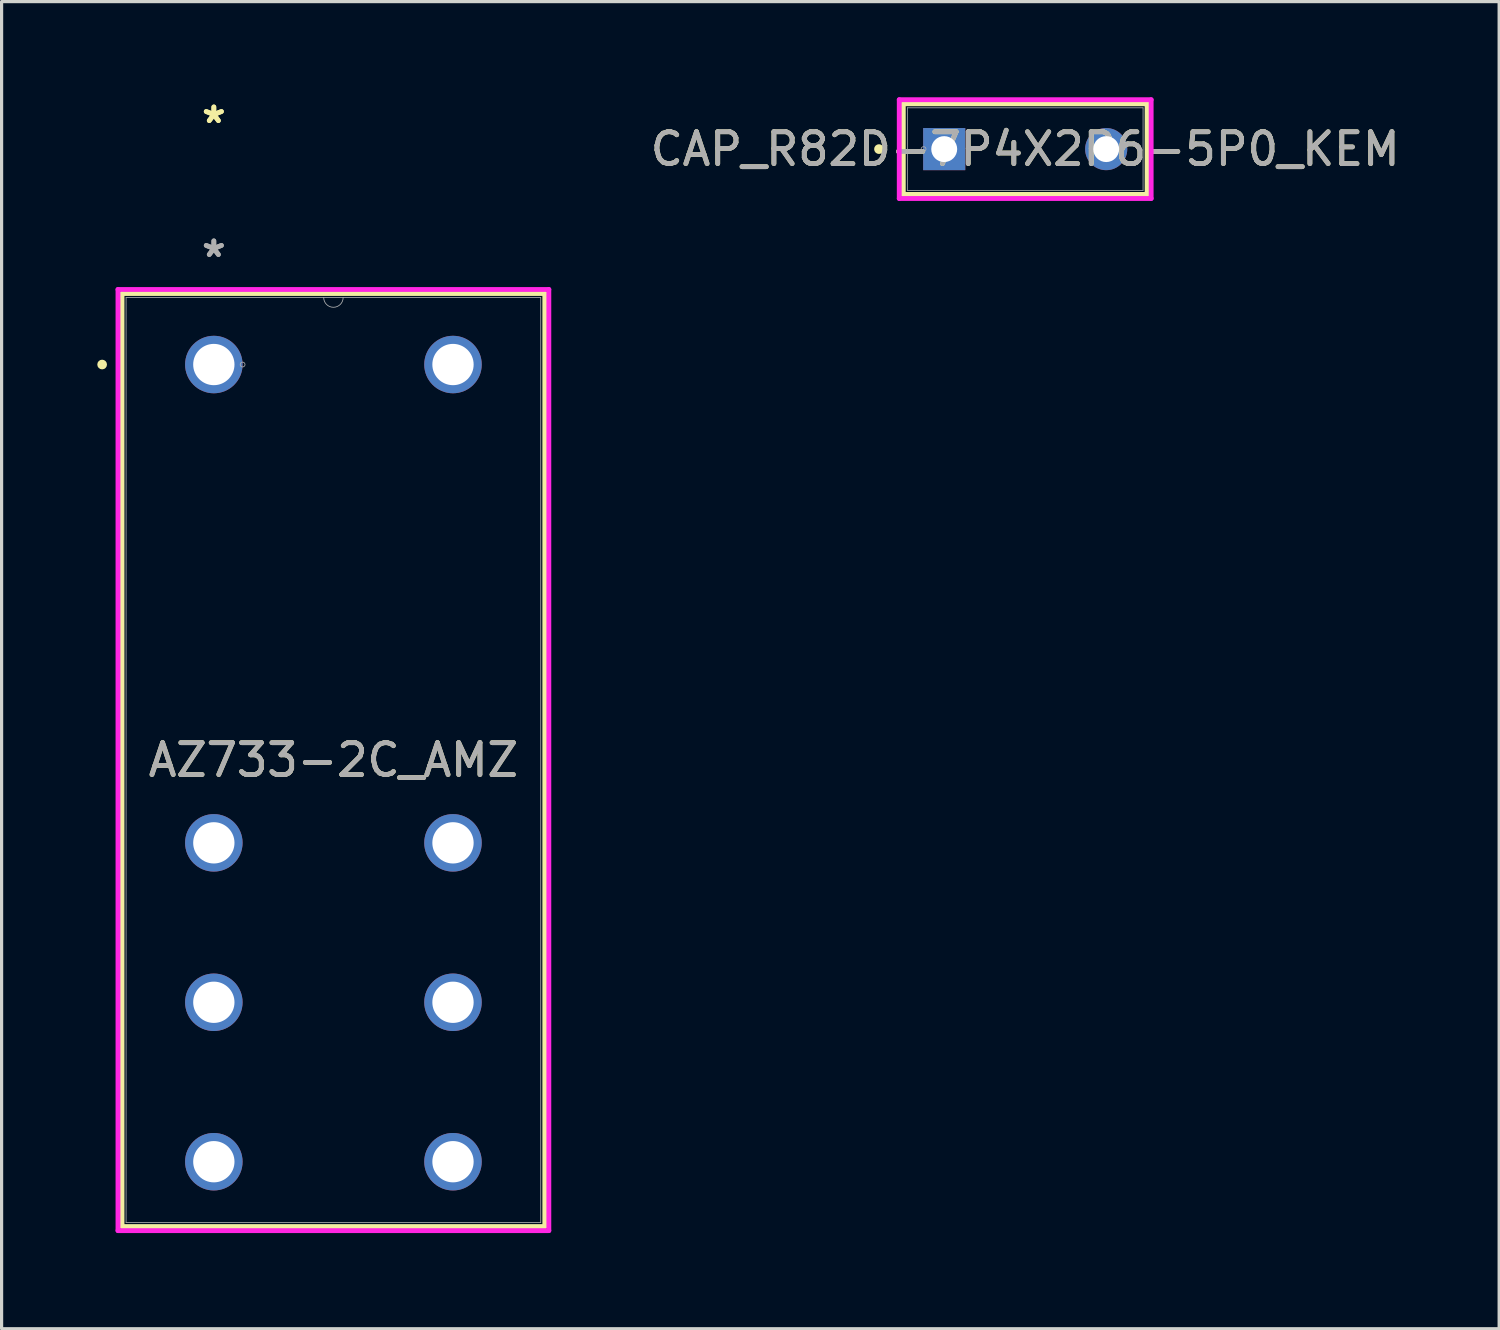
<source format=kicad_pcb>
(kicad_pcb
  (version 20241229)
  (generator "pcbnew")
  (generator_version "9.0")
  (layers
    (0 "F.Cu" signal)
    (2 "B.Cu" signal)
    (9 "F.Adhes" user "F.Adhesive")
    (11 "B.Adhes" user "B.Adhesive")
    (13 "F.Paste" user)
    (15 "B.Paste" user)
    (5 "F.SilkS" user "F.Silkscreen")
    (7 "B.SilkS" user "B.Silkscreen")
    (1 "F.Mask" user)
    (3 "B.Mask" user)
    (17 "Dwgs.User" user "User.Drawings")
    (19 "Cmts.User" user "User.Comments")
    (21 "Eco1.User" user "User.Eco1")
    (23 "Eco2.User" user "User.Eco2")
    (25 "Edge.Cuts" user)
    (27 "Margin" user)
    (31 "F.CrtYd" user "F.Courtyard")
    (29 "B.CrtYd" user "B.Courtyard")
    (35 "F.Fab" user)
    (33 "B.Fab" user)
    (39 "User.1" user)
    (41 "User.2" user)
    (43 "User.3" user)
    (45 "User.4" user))
  (footprint "CAP_R82D-7P4X2P6-5P0_KEM"
    (layer "F.Cu")
    (at 26.561 1.626)
    (property "Reference" "CAP_R82D-7P4X2P6-5P0_KEM" (at 2.54 0 0) (unlocked yes) (layer "F.SilkS") (effects (font (size 1 1) (thickness 0.15))))
    (attr through_hole)
    (fp_line (start -1.283 -1.422) (end -1.283 1.422) (stroke (width 0.152) (type solid)) (layer "F.SilkS"))
    (fp_line (start 6.363 -1.422) (end -1.283 -1.422) (stroke (width 0.152) (type solid)) (layer "F.SilkS"))
    (fp_line (start 6.363 -1.422) (end 6.363 1.422) (stroke (width 0.152) (type solid)) (layer "F.SilkS"))
    (fp_line (start 6.363 1.422) (end -1.283 1.422) (stroke (width 0.152) (type solid)) (layer "F.SilkS"))
    (fp_circle (center -2.045 0) (end -1.968 0) (stroke (width 0.152) (type solid)) (fill no) (layer "F.SilkS"))
    (fp_line (start -1.41 -1.549) (end 6.49 -1.549) (stroke (width 0.152) (type solid)) (layer "F.CrtYd"))
    (fp_line (start -1.41 1.549) (end -1.41 -1.549) (stroke (width 0.152) (type solid)) (layer "F.CrtYd"))
    (fp_line (start 6.49 -1.549) (end 6.49 1.549) (stroke (width 0.152) (type solid)) (layer "F.CrtYd"))
    (fp_line (start 6.49 1.549) (end -1.41 1.549) (stroke (width 0.152) (type solid)) (layer "F.CrtYd"))
    (fp_line (start -1.156 -1.295) (end -1.156 1.295) (stroke (width 0.025) (type solid)) (layer "F.Fab"))
    (fp_line (start 6.236 -1.295) (end -1.156 -1.295) (stroke (width 0.025) (type solid)) (layer "F.Fab"))
    (fp_line (start 6.236 -1.295) (end 6.236 1.295) (stroke (width 0.025) (type solid)) (layer "F.Fab"))
    (fp_line (start 6.236 1.295) (end -1.156 1.295) (stroke (width 0.025) (type solid)) (layer "F.Fab"))
    (fp_circle (center -0.648 0) (end -0.572 0) (stroke (width 0.025) (type solid)) (fill no) (layer "F.Fab"))
    (fp_text user "${REFERENCE}" (at 2.54 0 0) (unlocked yes) (layer "F.Fab") (effects (font (size 1 1) (thickness 0.15))))
    (pad "1" thru_hole rect (at 0 0) (size 1.321 1.321) (drill 0.813) (layers "*.Cu" "*.Mask"))
    (pad "2" thru_hole circle (at 5.08 0) (size 1.321 1.321) (drill 0.813) (layers "*.Cu" "*.Mask")))
  (footprint "AZ733-2C_AMZ"
    (layer "F.Cu")
    (at 3.656 8.382)
    (property "Reference" "AZ733-2C_AMZ" (at 3.75 12.403 0) (unlocked yes) (layer "F.SilkS") (effects (font (size 1 1) (thickness 0.15))))
    (attr through_hole)
    (fp_line (start -2.879 -2.227) (end -2.879 27.034) (stroke (width 0.152) (type solid)) (layer "F.SilkS"))
    (fp_line (start -2.879 27.034) (end 10.379 27.034) (stroke (width 0.152) (type solid)) (layer "F.SilkS"))
    (fp_line (start 10.379 -2.227) (end -2.879 -2.227) (stroke (width 0.152) (type solid)) (layer "F.SilkS"))
    (fp_line (start 10.379 27.034) (end 10.379 -2.227) (stroke (width 0.152) (type solid)) (layer "F.SilkS"))
    (fp_circle (center -3.503 0) (end -3.427 0) (stroke (width 0.152) (type solid)) (fill no) (layer "F.SilkS"))
    (fp_line (start -3.006 -2.354) (end 10.506 -2.354) (stroke (width 0.152) (type solid)) (layer "F.CrtYd"))
    (fp_line (start -3.006 27.161) (end -3.006 -2.354) (stroke (width 0.152) (type solid)) (layer "F.CrtYd"))
    (fp_line (start 10.506 -2.354) (end 10.506 27.161) (stroke (width 0.152) (type solid)) (layer "F.CrtYd"))
    (fp_line (start 10.506 27.161) (end -3.006 27.161) (stroke (width 0.152) (type solid)) (layer "F.CrtYd"))
    (fp_line (start -2.752 -2.1) (end -2.752 26.907) (stroke (width 0.025) (type solid)) (layer "F.Fab"))
    (fp_line (start -2.752 26.907) (end 10.252 26.907) (stroke (width 0.025) (type solid)) (layer "F.Fab"))
    (fp_line (start 10.252 -2.1) (end -2.752 -2.1) (stroke (width 0.025) (type solid)) (layer "F.Fab"))
    (fp_line (start 10.252 26.907) (end 10.252 -2.1) (stroke (width 0.025) (type solid)) (layer "F.Fab"))
    (fp_arc (start 4.0548 -2.1) (mid 3.75 -1.7952) (end 3.4452 -2.1) (stroke (width 0.0254) (type solid)) (layer "F.Fab"))
    (fp_circle (center 0.902 0) (end 0.978 0) (stroke (width 0.025) (type solid)) (fill no) (layer "F.Fab"))
    (fp_text user "*" (at 0 -7.533 0) (layer "F.SilkS") (effects (font (size 1 1) (thickness 0.15))))
    (fp_text user "*" (at 0 -7.533 0) (unlocked yes) (layer "F.SilkS") (effects (font (size 1 1) (thickness 0.15))))
    (fp_text user "${REFERENCE}" (at 3.75 12.403 0) (unlocked yes) (layer "F.Fab") (effects (font (size 1 1) (thickness 0.15))))
    (fp_text user "*" (at 0 -3.333 0) (layer "F.Fab") (effects (font (size 1 1) (thickness 0.15))))
    (fp_text user "*" (at 0 -3.333 0) (unlocked yes) (layer "F.Fab") (effects (font (size 1 1) (thickness 0.15))))
    (pad "1" thru_hole circle (at 0 0) (size 1.803 1.803) (drill 1.295) (layers "*.Cu" "*.Mask"))
    (pad "2" thru_hole circle (at 0 15) (size 1.803 1.803) (drill 1.295) (layers "*.Cu" "*.Mask"))
    (pad "3" thru_hole circle (at 0 20) (size 1.803 1.803) (drill 1.295) (layers "*.Cu" "*.Mask"))
    (pad "4" thru_hole circle (at 0 25) (size 1.803 1.803) (drill 1.295) (layers "*.Cu" "*.Mask"))
    (pad "5" thru_hole circle (at 7.5 25) (size 1.803 1.803) (drill 1.295) (layers "*.Cu" "*.Mask"))
    (pad "6" thru_hole circle (at 7.5 20) (size 1.803 1.803) (drill 1.295) (layers "*.Cu" "*.Mask"))
    (pad "7" thru_hole circle (at 7.5 15) (size 1.803 1.803) (drill 1.295) (layers "*.Cu" "*.Mask"))
    (pad "8" thru_hole circle (at 7.5 0) (size 1.803 1.803) (drill 1.295) (layers "*.Cu" "*.Mask")))
  (gr_rect
    (start -3 -3)
    (end 43.964 38.619)
    (stroke (width 0.1) (type default))
    (fill no)
    (layer "Edge.Cuts")))
</source>
